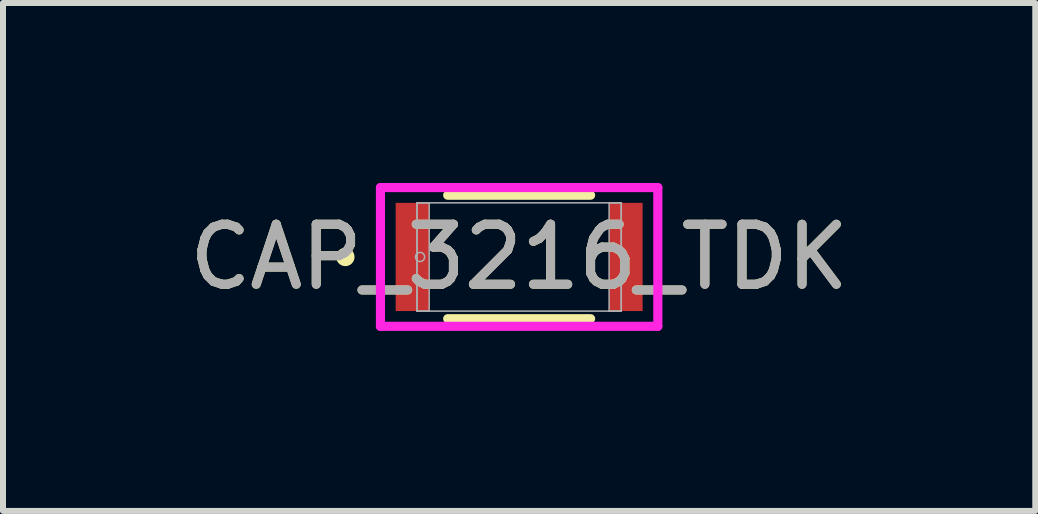
<source format=kicad_pcb>
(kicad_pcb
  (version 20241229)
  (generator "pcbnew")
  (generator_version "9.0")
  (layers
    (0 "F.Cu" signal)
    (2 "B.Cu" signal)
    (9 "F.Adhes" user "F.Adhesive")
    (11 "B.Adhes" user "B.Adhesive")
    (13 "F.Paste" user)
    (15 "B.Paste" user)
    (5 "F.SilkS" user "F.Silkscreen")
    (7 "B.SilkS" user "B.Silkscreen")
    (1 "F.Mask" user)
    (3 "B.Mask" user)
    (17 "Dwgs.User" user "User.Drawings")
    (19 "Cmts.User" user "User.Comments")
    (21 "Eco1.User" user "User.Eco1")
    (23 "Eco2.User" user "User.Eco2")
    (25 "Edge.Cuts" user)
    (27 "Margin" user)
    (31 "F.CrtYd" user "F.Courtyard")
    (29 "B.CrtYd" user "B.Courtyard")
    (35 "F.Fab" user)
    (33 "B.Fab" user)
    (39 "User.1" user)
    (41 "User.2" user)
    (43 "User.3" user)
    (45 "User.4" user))
  (footprint "CAP_3216_TDK"
    (layer "F.Cu")
    (at 5.601 1.232)
    (property "Reference" "CAP_3216_TDK" (at 0 0 0) (unlocked yes) (layer "F.SilkS") (effects (font (size 1 1) (thickness 0.15))))
    (attr smd)
    (fp_line (start -1.191 1.029) (end 1.191 1.029) (stroke (width 0.152) (type solid)) (layer "F.SilkS"))
    (fp_line (start 1.191 -1.029) (end -1.191 -1.029) (stroke (width 0.152) (type solid)) (layer "F.SilkS"))
    (fp_circle (center -2.896 0) (end -2.819 0) (stroke (width 0.152) (type solid)) (fill no) (layer "F.SilkS"))
    (fp_line (start -2.311 -1.156) (end 2.311 -1.156) (stroke (width 0.152) (type solid)) (layer "F.CrtYd"))
    (fp_line (start -2.311 1.156) (end -2.311 -1.156) (stroke (width 0.152) (type solid)) (layer "F.CrtYd"))
    (fp_line (start 2.311 -1.156) (end 2.311 1.156) (stroke (width 0.152) (type solid)) (layer "F.CrtYd"))
    (fp_line (start 2.311 1.156) (end -2.311 1.156) (stroke (width 0.152) (type solid)) (layer "F.CrtYd"))
    (fp_line (start -1.702 -0.902) (end -1.702 0.902) (stroke (width 0.025) (type solid)) (layer "F.Fab"))
    (fp_line (start -1.702 -0.902) (end -1.702 0.902) (stroke (width 0.025) (type solid)) (layer "F.Fab"))
    (fp_line (start -1.702 0.902) (end -1.499 0.902) (stroke (width 0.025) (type solid)) (layer "F.Fab"))
    (fp_line (start -1.702 0.902) (end 1.702 0.902) (stroke (width 0.025) (type solid)) (layer "F.Fab"))
    (fp_line (start -1.499 -0.902) (end -1.702 -0.902) (stroke (width 0.025) (type solid)) (layer "F.Fab"))
    (fp_line (start -1.499 0.902) (end -1.499 -0.902) (stroke (width 0.025) (type solid)) (layer "F.Fab"))
    (fp_line (start 1.499 -0.902) (end 1.499 0.902) (stroke (width 0.025) (type solid)) (layer "F.Fab"))
    (fp_line (start 1.499 0.902) (end 1.702 0.902) (stroke (width 0.025) (type solid)) (layer "F.Fab"))
    (fp_line (start 1.702 -0.902) (end -1.702 -0.902) (stroke (width 0.025) (type solid)) (layer "F.Fab"))
    (fp_line (start 1.702 -0.902) (end 1.499 -0.902) (stroke (width 0.025) (type solid)) (layer "F.Fab"))
    (fp_line (start 1.702 0.902) (end 1.702 -0.902) (stroke (width 0.025) (type solid)) (layer "F.Fab"))
    (fp_line (start 1.702 0.902) (end 1.702 -0.902) (stroke (width 0.025) (type solid)) (layer "F.Fab"))
    (fp_circle (center -1.651 0) (end -1.575 0) (stroke (width 0.025) (type solid)) (fill no) (layer "F.Fab"))
    (fp_text user "${REFERENCE}" (at 0 0 0) (unlocked yes) (layer "F.Fab") (effects (font (size 1 1) (thickness 0.15))))
    (pad "1" smd rect (at -1.778 0) (size 0.559 1.803) (layers "F.Cu" "F.Mask" "F.Paste"))
    (pad "2" smd rect (at 1.778 0) (size 0.559 1.803) (layers "F.Cu" "F.Mask" "F.Paste"))
    (zone (net_name "") (layer "F.Cu") (hatch full 0.508) (connect_pads) (min_thickness 0.254) (filled_areas_thickness no) (keepout (tracks not_allowed) (vias not_allowed) (pads allowed) (copperpour not_allowed) (footprints allowed)) (placement (enabled no)) (fill) (polygon (pts (xy 4.153 0.381) (xy 7.049 0.381) (xy 7.049 2.083) (xy 4.153 2.083)))))
  (gr_rect
    (start -3 -3)
    (end 14.202 5.464)
    (stroke (width 0.1) (type default))
    (fill no)
    (layer "Edge.Cuts")))
</source>
